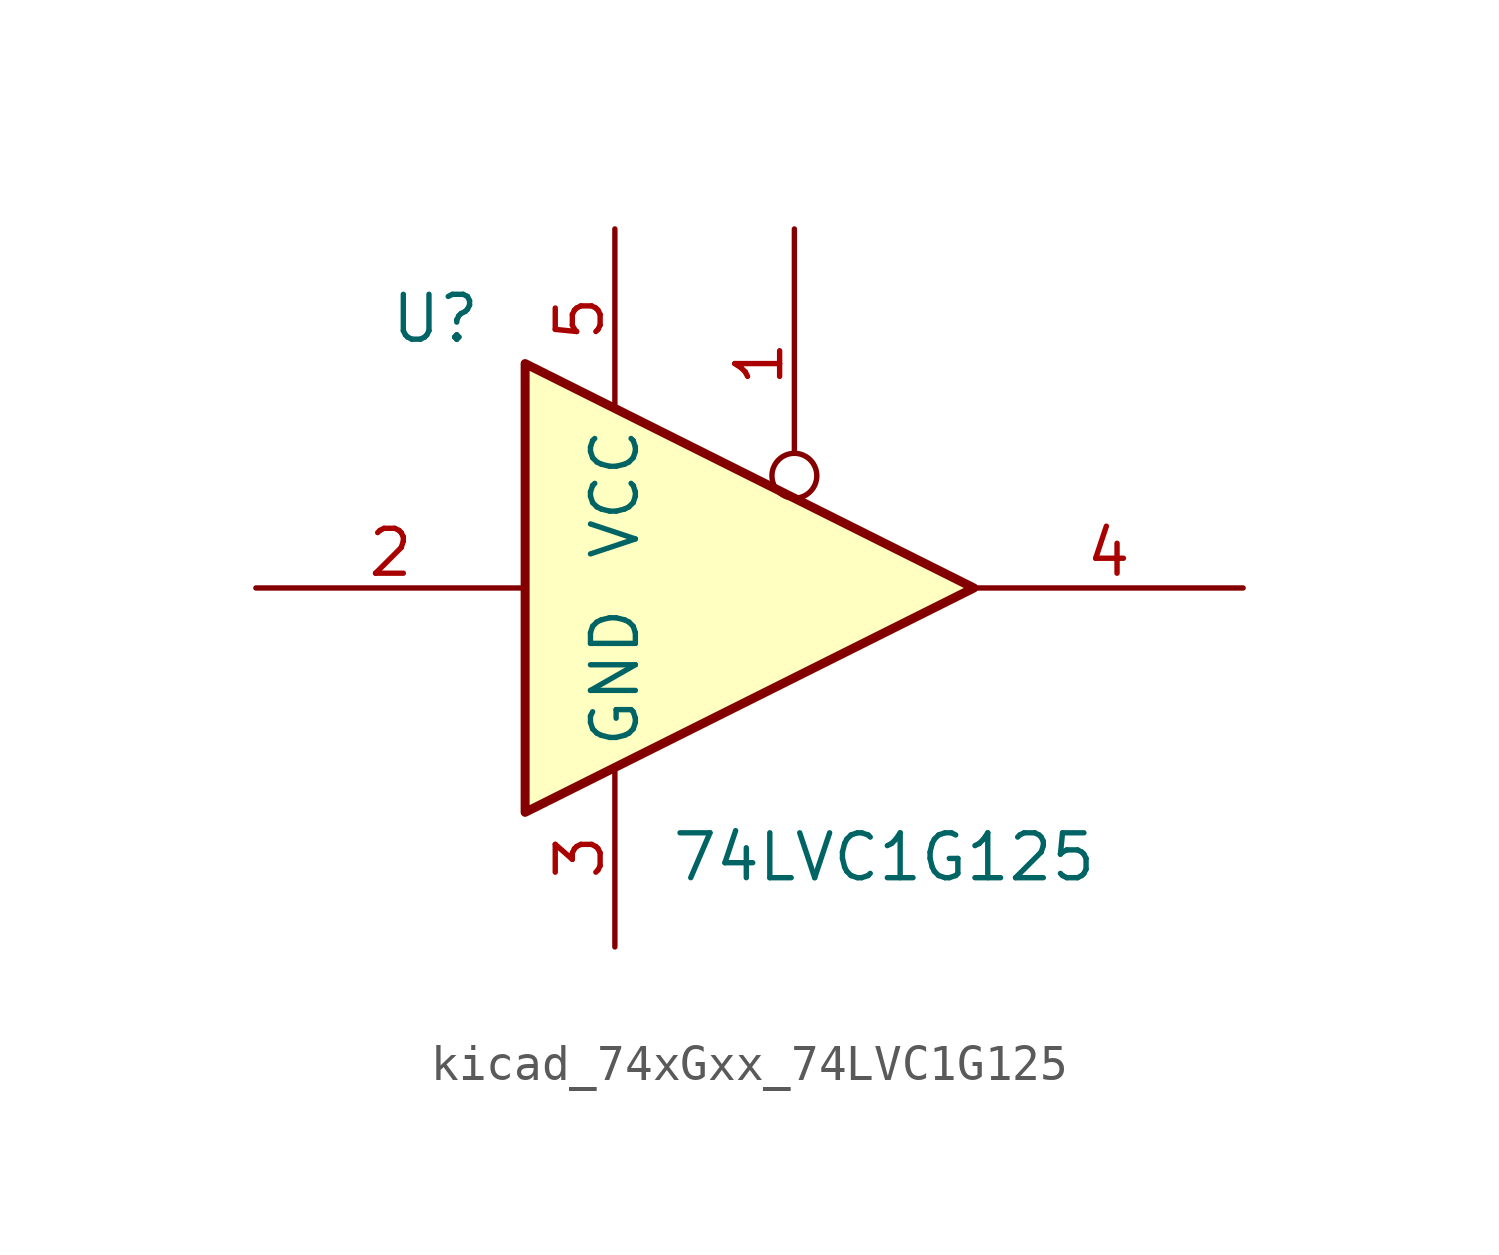
<source format=kicad_sym>
(kicad_symbol_lib
  (version 20220914)
  (generator kicad_symbol_editor)
  (symbol "kicad_74xGxx_74LVC1G125"
    (property "Reference" "U"
      (at -10.16 7.62 0)
      (effects (font (size 1.27 1.27))))
    (property "Value" "74LVC1G125"
      (at 2.54 -7.62 0)
      (effects (font (size 1.27 1.27))))
    (symbol "kicad_74xGxx_74LVC1G125_0_1"
      (polyline (pts (xy -7.62 6.35) (xy -7.62 -6.35) (xy 5.08 0) (xy -7.62 6.35)) (stroke (width 0.254) (type default)) (fill (type background))))
    (symbol "kicad_74xGxx_74LVC1G125_1_1"
      (pin input inverted (at 0 10.16 270) (length 7.62) (name "~" (effects (font (size 1.27 1.27)))) (number "1" (effects (font (size 1.27 1.27)))))
      (pin input line (at -15.24 0 0) (length 7.62) (name "~" (effects (font (size 1.27 1.27)))) (number "2" (effects (font (size 1.27 1.27)))))
      (pin power_in line (at -5.08 -10.16 90) (length 5.08) (name "GND" (effects (font (size 1.27 1.27)))) (number "3" (effects (font (size 1.27 1.27)))))
      (pin tri_state line (at 12.7 0 180) (length 7.62) (name "~" (effects (font (size 1.27 1.27)))) (number "4" (effects (font (size 1.27 1.27)))))
      (pin power_in line (at -5.08 10.16 270) (length 5.08) (name "VCC" (effects (font (size 1.27 1.27)))) (number "5" (effects (font (size 1.27 1.27))))))))
</source>
